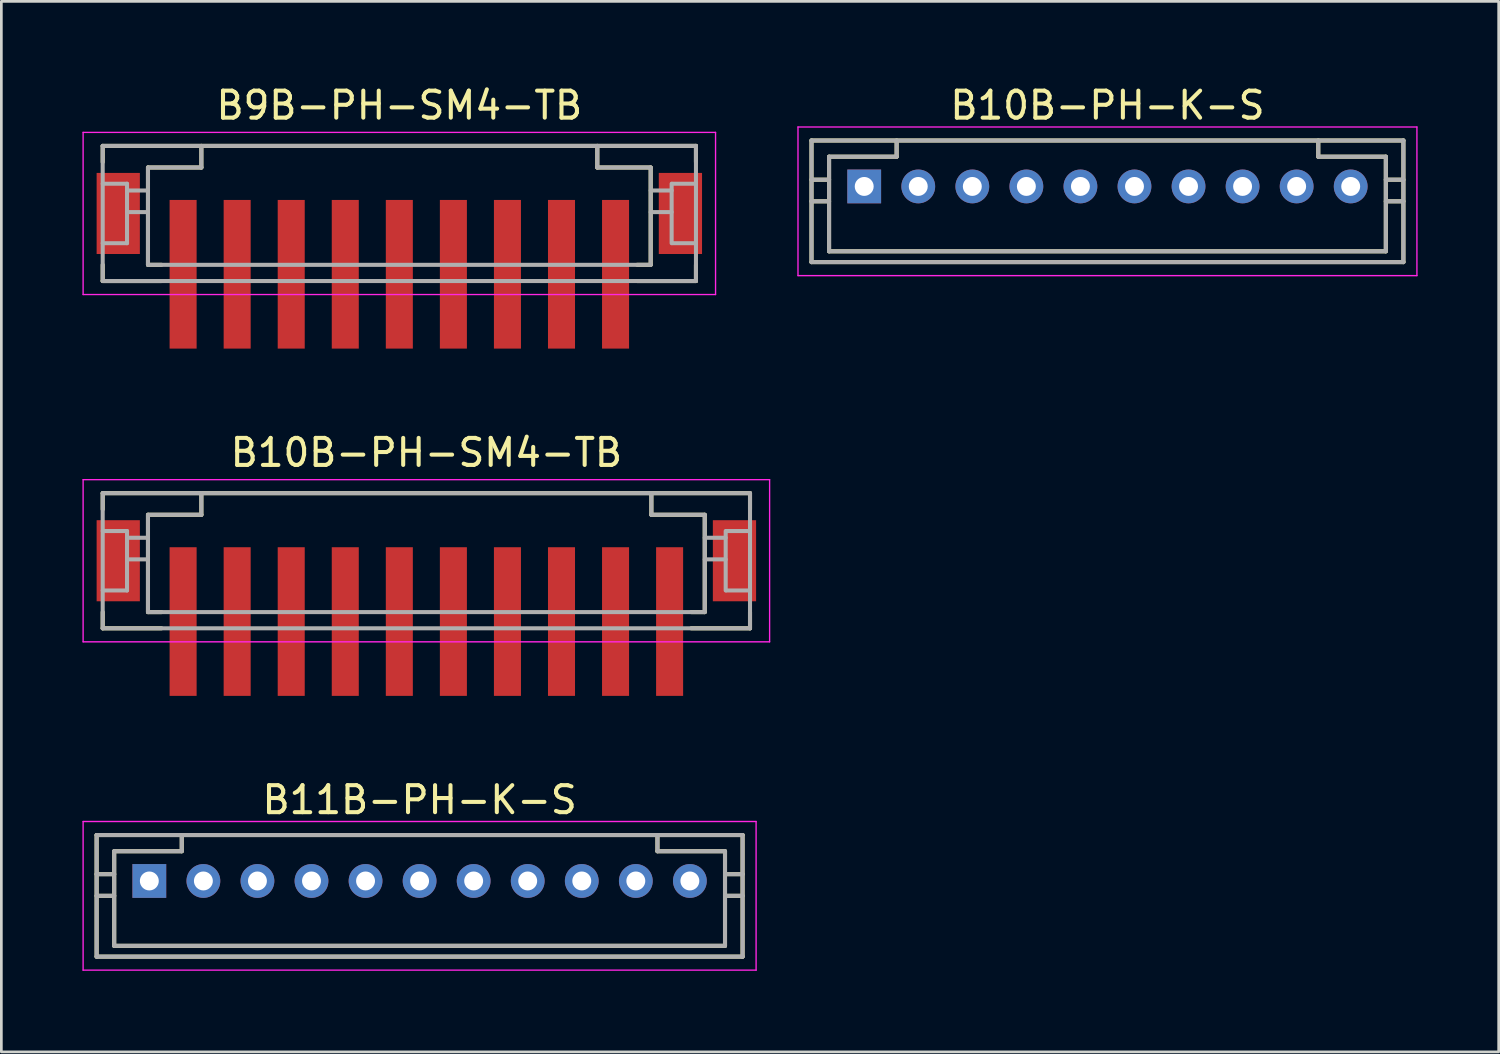
<source format=kicad_pcb>
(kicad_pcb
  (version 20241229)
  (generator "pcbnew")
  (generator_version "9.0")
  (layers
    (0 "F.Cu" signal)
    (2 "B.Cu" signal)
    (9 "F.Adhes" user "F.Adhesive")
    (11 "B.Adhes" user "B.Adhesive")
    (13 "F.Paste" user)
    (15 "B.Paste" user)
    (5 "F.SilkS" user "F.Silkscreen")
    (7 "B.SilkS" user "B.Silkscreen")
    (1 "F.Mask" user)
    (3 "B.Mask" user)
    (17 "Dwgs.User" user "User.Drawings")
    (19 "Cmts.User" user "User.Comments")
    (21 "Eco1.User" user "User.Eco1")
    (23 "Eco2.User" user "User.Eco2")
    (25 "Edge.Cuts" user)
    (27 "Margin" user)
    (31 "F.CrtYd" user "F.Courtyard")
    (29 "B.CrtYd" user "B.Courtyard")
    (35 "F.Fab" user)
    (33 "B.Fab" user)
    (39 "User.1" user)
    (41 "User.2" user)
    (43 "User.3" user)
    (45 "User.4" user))
  (footprint "B11B-PH-K-S"
    (layer "F.Cu")
    (at 12.475 29.545)
    (property "Reference" "B11B-PH-K-S" (at 0 -3 0) (layer "F.SilkS") (effects (font (size 1 1) (thickness 0.15))))
    (attr smd)
    (fp_line (start -11.95 -1.7) (end -11.95 2.8) (stroke (width 0.15) (type solid)) (layer "F.SilkS"))
    (fp_line (start -11.95 -1.7) (end 11.95 -1.7) (stroke (width 0.15) (type solid)) (layer "F.SilkS"))
    (fp_line (start -11.95 -0.25) (end -11.3 -0.25) (stroke (width 0.15) (type solid)) (layer "F.SilkS"))
    (fp_line (start -11.95 0.55) (end -11.3 0.55) (stroke (width 0.15) (type solid)) (layer "F.SilkS"))
    (fp_line (start -11.95 2.8) (end 11.95 2.8) (stroke (width 0.15) (type solid)) (layer "F.SilkS"))
    (fp_line (start -11.3 -1.1) (end -11.3 2.4) (stroke (width 0.15) (type solid)) (layer "F.SilkS"))
    (fp_line (start -11.3 -1.1) (end -8.8 -1.1) (stroke (width 0.15) (type solid)) (layer "F.SilkS"))
    (fp_line (start -11.3 2.4) (end 11.3 2.4) (stroke (width 0.15) (type solid)) (layer "F.SilkS"))
    (fp_line (start -8.8 -1.7) (end -8.8 -1.1) (stroke (width 0.15) (type solid)) (layer "F.SilkS"))
    (fp_line (start 8.8 -1.7) (end 8.8 -1.1) (stroke (width 0.15) (type solid)) (layer "F.SilkS"))
    (fp_line (start 8.8 -1.1) (end 11.3 -1.1) (stroke (width 0.15) (type solid)) (layer "F.SilkS"))
    (fp_line (start 11.3 -1.1) (end 11.3 2.4) (stroke (width 0.15) (type solid)) (layer "F.SilkS"))
    (fp_line (start 11.3 -0.25) (end 11.95 -0.25) (stroke (width 0.15) (type solid)) (layer "F.SilkS"))
    (fp_line (start 11.3 0.55) (end 11.95 0.55) (stroke (width 0.15) (type solid)) (layer "F.SilkS"))
    (fp_line (start 11.95 -1.7) (end 11.95 2.8) (stroke (width 0.15) (type solid)) (layer "F.SilkS"))
    (fp_line (start -12.45 -2.2) (end -12.45 3.3) (stroke (width 0.05) (type solid)) (layer "F.CrtYd"))
    (fp_line (start -12.45 -2.2) (end 12.45 -2.2) (stroke (width 0.05) (type solid)) (layer "F.CrtYd"))
    (fp_line (start -12.45 3.3) (end 12.45 3.3) (stroke (width 0.05) (type solid)) (layer "F.CrtYd"))
    (fp_line (start 12.45 -2.2) (end 12.45 3.3) (stroke (width 0.05) (type solid)) (layer "F.CrtYd"))
    (fp_line (start -11.95 -1.7) (end -11.95 2.8) (stroke (width 0.15) (type solid)) (layer "F.Fab"))
    (fp_line (start -11.95 -1.7) (end 11.95 -1.7) (stroke (width 0.15) (type solid)) (layer "F.Fab"))
    (fp_line (start -11.95 -0.25) (end -11.3 -0.25) (stroke (width 0.15) (type solid)) (layer "F.Fab"))
    (fp_line (start -11.95 0.55) (end -11.3 0.55) (stroke (width 0.15) (type solid)) (layer "F.Fab"))
    (fp_line (start -11.95 2.8) (end 11.95 2.8) (stroke (width 0.15) (type solid)) (layer "F.Fab"))
    (fp_line (start -11.3 -1.1) (end -11.3 2.4) (stroke (width 0.15) (type solid)) (layer "F.Fab"))
    (fp_line (start -11.3 -1.1) (end -8.8 -1.1) (stroke (width 0.15) (type solid)) (layer "F.Fab"))
    (fp_line (start -11.3 2.4) (end 11.3 2.4) (stroke (width 0.15) (type solid)) (layer "F.Fab"))
    (fp_line (start -8.8 -1.7) (end -8.8 -1.1) (stroke (width 0.15) (type solid)) (layer "F.Fab"))
    (fp_line (start 8.8 -1.7) (end 8.8 -1.1) (stroke (width 0.15) (type solid)) (layer "F.Fab"))
    (fp_line (start 8.8 -1.1) (end 11.3 -1.1) (stroke (width 0.15) (type solid)) (layer "F.Fab"))
    (fp_line (start 11.3 -1.1) (end 11.3 2.4) (stroke (width 0.15) (type solid)) (layer "F.Fab"))
    (fp_line (start 11.3 -0.25) (end 11.95 -0.25) (stroke (width 0.15) (type solid)) (layer "F.Fab"))
    (fp_line (start 11.3 0.55) (end 11.95 0.55) (stroke (width 0.15) (type solid)) (layer "F.Fab"))
    (fp_line (start 11.95 -1.7) (end 11.95 2.8) (stroke (width 0.15) (type solid)) (layer "F.Fab"))
    (pad "1" thru_hole rect (at -10 0) (size 1.25 1.25) (drill 0.7) (layers "*.Cu" "*.Mask"))
    (pad "2" thru_hole circle (at -8 0) (size 1.25 1.25) (drill 0.7) (layers "*.Cu" "*.Mask"))
    (pad "3" thru_hole circle (at -6 0) (size 1.25 1.25) (drill 0.7) (layers "*.Cu" "*.Mask"))
    (pad "4" thru_hole circle (at -4 0) (size 1.25 1.25) (drill 0.7) (layers "*.Cu" "*.Mask"))
    (pad "5" thru_hole circle (at -2 0) (size 1.25 1.25) (drill 0.7) (layers "*.Cu" "*.Mask"))
    (pad "6" thru_hole circle (at 0 0) (size 1.25 1.25) (drill 0.7) (layers "*.Cu" "*.Mask"))
    (pad "7" thru_hole circle (at 2 0) (size 1.25 1.25) (drill 0.7) (layers "*.Cu" "*.Mask"))
    (pad "8" thru_hole circle (at 4 0) (size 1.25 1.25) (drill 0.7) (layers "*.Cu" "*.Mask"))
    (pad "9" thru_hole circle (at 6 0) (size 1.25 1.25) (drill 0.7) (layers "*.Cu" "*.Mask"))
    (pad "10" thru_hole circle (at 8 0) (size 1.25 1.25) (drill 0.7) (layers "*.Cu" "*.Mask"))
    (pad "11" thru_hole circle (at 10 0) (size 1.25 1.25) (drill 0.7) (layers "*.Cu" "*.Mask")))
  (footprint "B10B-PH-K-S"
    (layer "F.Cu")
    (at 37.925 3.848)
    (property "Reference" "B10B-PH-K-S" (at 0 -3 0) (layer "F.SilkS") (effects (font (size 1 1) (thickness 0.15))))
    (attr smd)
    (fp_line (start -10.95 -1.7) (end -10.95 2.8) (stroke (width 0.15) (type solid)) (layer "F.SilkS"))
    (fp_line (start -10.95 -1.7) (end 10.95 -1.7) (stroke (width 0.15) (type solid)) (layer "F.SilkS"))
    (fp_line (start -10.95 -0.25) (end -10.3 -0.25) (stroke (width 0.15) (type solid)) (layer "F.SilkS"))
    (fp_line (start -10.95 0.55) (end -10.3 0.55) (stroke (width 0.15) (type solid)) (layer "F.SilkS"))
    (fp_line (start -10.95 2.8) (end 10.95 2.8) (stroke (width 0.15) (type solid)) (layer "F.SilkS"))
    (fp_line (start -10.3 -1.1) (end -10.3 2.4) (stroke (width 0.15) (type solid)) (layer "F.SilkS"))
    (fp_line (start -10.3 -1.1) (end -7.8 -1.1) (stroke (width 0.15) (type solid)) (layer "F.SilkS"))
    (fp_line (start -10.3 2.4) (end 10.3 2.4) (stroke (width 0.15) (type solid)) (layer "F.SilkS"))
    (fp_line (start -7.8 -1.7) (end -7.8 -1.1) (stroke (width 0.15) (type solid)) (layer "F.SilkS"))
    (fp_line (start 7.8 -1.7) (end 7.8 -1.1) (stroke (width 0.15) (type solid)) (layer "F.SilkS"))
    (fp_line (start 7.8 -1.1) (end 10.3 -1.1) (stroke (width 0.15) (type solid)) (layer "F.SilkS"))
    (fp_line (start 10.3 -1.1) (end 10.3 2.4) (stroke (width 0.15) (type solid)) (layer "F.SilkS"))
    (fp_line (start 10.3 -0.25) (end 10.95 -0.25) (stroke (width 0.15) (type solid)) (layer "F.SilkS"))
    (fp_line (start 10.3 0.55) (end 10.95 0.55) (stroke (width 0.15) (type solid)) (layer "F.SilkS"))
    (fp_line (start 10.95 -1.7) (end 10.95 2.8) (stroke (width 0.15) (type solid)) (layer "F.SilkS"))
    (fp_line (start -11.45 -2.2) (end -11.45 3.3) (stroke (width 0.05) (type solid)) (layer "F.CrtYd"))
    (fp_line (start -11.45 -2.2) (end 11.45 -2.2) (stroke (width 0.05) (type solid)) (layer "F.CrtYd"))
    (fp_line (start -11.45 3.3) (end 11.45 3.3) (stroke (width 0.05) (type solid)) (layer "F.CrtYd"))
    (fp_line (start 11.45 -2.2) (end 11.45 3.3) (stroke (width 0.05) (type solid)) (layer "F.CrtYd"))
    (fp_line (start -10.95 -1.7) (end -10.95 2.8) (stroke (width 0.15) (type solid)) (layer "F.Fab"))
    (fp_line (start -10.95 -1.7) (end 10.95 -1.7) (stroke (width 0.15) (type solid)) (layer "F.Fab"))
    (fp_line (start -10.95 -0.25) (end -10.3 -0.25) (stroke (width 0.15) (type solid)) (layer "F.Fab"))
    (fp_line (start -10.95 0.55) (end -10.3 0.55) (stroke (width 0.15) (type solid)) (layer "F.Fab"))
    (fp_line (start -10.95 2.8) (end 10.95 2.8) (stroke (width 0.15) (type solid)) (layer "F.Fab"))
    (fp_line (start -10.3 -1.1) (end -10.3 2.4) (stroke (width 0.15) (type solid)) (layer "F.Fab"))
    (fp_line (start -10.3 -1.1) (end -7.8 -1.1) (stroke (width 0.15) (type solid)) (layer "F.Fab"))
    (fp_line (start -10.3 2.4) (end 10.3 2.4) (stroke (width 0.15) (type solid)) (layer "F.Fab"))
    (fp_line (start -7.8 -1.7) (end -7.8 -1.1) (stroke (width 0.15) (type solid)) (layer "F.Fab"))
    (fp_line (start 7.8 -1.7) (end 7.8 -1.1) (stroke (width 0.15) (type solid)) (layer "F.Fab"))
    (fp_line (start 7.8 -1.1) (end 10.3 -1.1) (stroke (width 0.15) (type solid)) (layer "F.Fab"))
    (fp_line (start 10.3 -1.1) (end 10.3 2.4) (stroke (width 0.15) (type solid)) (layer "F.Fab"))
    (fp_line (start 10.3 -0.25) (end 10.95 -0.25) (stroke (width 0.15) (type solid)) (layer "F.Fab"))
    (fp_line (start 10.3 0.55) (end 10.95 0.55) (stroke (width 0.15) (type solid)) (layer "F.Fab"))
    (fp_line (start 10.95 -1.7) (end 10.95 2.8) (stroke (width 0.15) (type solid)) (layer "F.Fab"))
    (pad "1" thru_hole rect (at -9 0) (size 1.25 1.25) (drill 0.7) (layers "*.Cu" "*.Mask"))
    (pad "2" thru_hole circle (at -7 0) (size 1.25 1.25) (drill 0.7) (layers "*.Cu" "*.Mask"))
    (pad "3" thru_hole circle (at -5 0) (size 1.25 1.25) (drill 0.7) (layers "*.Cu" "*.Mask"))
    (pad "4" thru_hole circle (at -3 0) (size 1.25 1.25) (drill 0.7) (layers "*.Cu" "*.Mask"))
    (pad "5" thru_hole circle (at -1 0) (size 1.25 1.25) (drill 0.7) (layers "*.Cu" "*.Mask"))
    (pad "6" thru_hole circle (at 1 0) (size 1.25 1.25) (drill 0.7) (layers "*.Cu" "*.Mask"))
    (pad "7" thru_hole circle (at 3 0) (size 1.25 1.25) (drill 0.7) (layers "*.Cu" "*.Mask"))
    (pad "8" thru_hole circle (at 5 0) (size 1.25 1.25) (drill 0.7) (layers "*.Cu" "*.Mask"))
    (pad "9" thru_hole circle (at 7 0) (size 1.25 1.25) (drill 0.7) (layers "*.Cu" "*.Mask"))
    (pad "10" thru_hole circle (at 9 0) (size 1.25 1.25) (drill 0.7) (layers "*.Cu" "*.Mask")))
  (footprint "B10B-PH-SM4-TB"
    (layer "F.Cu")
    (at 12.725 17.197)
    (property "Reference" "B10B-PH-SM4-TB" (at 0 -3.5 0) (layer "F.SilkS") (effects (font (size 1 1) (thickness 0.15))))
    (attr smd)
    (fp_line (start -11.975 -2) (end -11.975 -1.4) (stroke (width 0.15) (type solid)) (layer "F.SilkS"))
    (fp_line (start -11.975 -2) (end 11.975 -2) (stroke (width 0.15) (type solid)) (layer "F.SilkS"))
    (fp_line (start -11.975 2.4) (end -11.975 3) (stroke (width 0.15) (type solid)) (layer "F.SilkS"))
    (fp_line (start -11.975 3) (end -9.8 3) (stroke (width 0.15) (type solid)) (layer "F.SilkS"))
    (fp_line (start -10.3 -1.2) (end -10.3 2.4) (stroke (width 0.15) (type solid)) (layer "F.SilkS"))
    (fp_line (start -10.3 -1.2) (end -8.325 -1.2) (stroke (width 0.15) (type solid)) (layer "F.SilkS"))
    (fp_line (start -10.3 2.4) (end -9.8 2.4) (stroke (width 0.15) (type solid)) (layer "F.SilkS"))
    (fp_line (start -8.325 -2) (end -8.325 -1.2) (stroke (width 0.15) (type solid)) (layer "F.SilkS"))
    (fp_line (start 8.325 -2) (end 8.325 -1.2) (stroke (width 0.15) (type solid)) (layer "F.SilkS"))
    (fp_line (start 8.325 -1.2) (end 10.3 -1.2) (stroke (width 0.15) (type solid)) (layer "F.SilkS"))
    (fp_line (start 9.8 2.4) (end 10.3 2.4) (stroke (width 0.15) (type solid)) (layer "F.SilkS"))
    (fp_line (start 9.8 3) (end 11.975 3) (stroke (width 0.15) (type solid)) (layer "F.SilkS"))
    (fp_line (start 10.3 -1.2) (end 10.3 2.4) (stroke (width 0.15) (type solid)) (layer "F.SilkS"))
    (fp_line (start 11.975 -2) (end 11.975 -1.4) (stroke (width 0.15) (type solid)) (layer "F.SilkS"))
    (fp_line (start 11.975 2.4) (end 11.975 3) (stroke (width 0.15) (type solid)) (layer "F.SilkS"))
    (fp_line (start -12.7 -2.5) (end -12.7 3.5) (stroke (width 0.05) (type solid)) (layer "F.CrtYd"))
    (fp_line (start -12.7 -2.5) (end 12.7 -2.5) (stroke (width 0.05) (type solid)) (layer "F.CrtYd"))
    (fp_line (start -12.7 3.5) (end 12.7 3.5) (stroke (width 0.05) (type solid)) (layer "F.CrtYd"))
    (fp_line (start 12.7 -2.5) (end 12.7 3.5) (stroke (width 0.05) (type solid)) (layer "F.CrtYd"))
    (fp_line (start -11.975 -2) (end -11.975 3) (stroke (width 0.15) (type solid)) (layer "F.Fab"))
    (fp_line (start -11.975 -2) (end 11.975 -2) (stroke (width 0.15) (type solid)) (layer "F.Fab"))
    (fp_line (start -11.975 -0.6) (end -11.075 -0.6) (stroke (width 0.15) (type solid)) (layer "F.Fab"))
    (fp_line (start -11.975 1.6) (end -11.075 1.6) (stroke (width 0.15) (type solid)) (layer "F.Fab"))
    (fp_line (start -11.975 3) (end 11.975 3) (stroke (width 0.15) (type solid)) (layer "F.Fab"))
    (fp_line (start -11.075 -0.6) (end -11.075 1.6) (stroke (width 0.15) (type solid)) (layer "F.Fab"))
    (fp_line (start -11.075 -0.35) (end -10.3 -0.35) (stroke (width 0.15) (type solid)) (layer "F.Fab"))
    (fp_line (start -11.075 0.45) (end -10.3 0.45) (stroke (width 0.15) (type solid)) (layer "F.Fab"))
    (fp_line (start -10.3 -1.2) (end -10.3 2.4) (stroke (width 0.15) (type solid)) (layer "F.Fab"))
    (fp_line (start -10.3 -1.2) (end -8.325 -1.2) (stroke (width 0.15) (type solid)) (layer "F.Fab"))
    (fp_line (start -10.3 2.4) (end 10.3 2.4) (stroke (width 0.15) (type solid)) (layer "F.Fab"))
    (fp_line (start -8.325 -2) (end -8.325 -1.2) (stroke (width 0.15) (type solid)) (layer "F.Fab"))
    (fp_line (start 8.325 -2) (end 8.325 -1.2) (stroke (width 0.15) (type solid)) (layer "F.Fab"))
    (fp_line (start 8.325 -1.2) (end 10.3 -1.2) (stroke (width 0.15) (type solid)) (layer "F.Fab"))
    (fp_line (start 10.3 -1.2) (end 10.3 2.4) (stroke (width 0.15) (type solid)) (layer "F.Fab"))
    (fp_line (start 10.3 -0.35) (end 11.075 -0.35) (stroke (width 0.15) (type solid)) (layer "F.Fab"))
    (fp_line (start 10.3 0.45) (end 11.075 0.45) (stroke (width 0.15) (type solid)) (layer "F.Fab"))
    (fp_line (start 11.075 -0.6) (end 11.075 1.6) (stroke (width 0.15) (type solid)) (layer "F.Fab"))
    (fp_line (start 11.1 -0.6) (end 11.975 -0.6) (stroke (width 0.15) (type solid)) (layer "F.Fab"))
    (fp_line (start 11.1 1.6) (end 11.975 1.6) (stroke (width 0.15) (type solid)) (layer "F.Fab"))
    (fp_line (start 11.975 -2) (end 11.975 3) (stroke (width 0.15) (type solid)) (layer "F.Fab"))
    (pad "1" smd rect (at -9 2.75) (size 1 5.5) (layers "F.Cu" "F.Mask" "F.Paste"))
    (pad "2" smd rect (at -7 2.75) (size 1 5.5) (layers "F.Cu" "F.Mask" "F.Paste"))
    (pad "3" smd rect (at -5 2.75) (size 1 5.5) (layers "F.Cu" "F.Mask" "F.Paste"))
    (pad "4" smd rect (at -3 2.75) (size 1 5.5) (layers "F.Cu" "F.Mask" "F.Paste"))
    (pad "5" smd rect (at -1 2.75) (size 1 5.5) (layers "F.Cu" "F.Mask" "F.Paste"))
    (pad "6" smd rect (at 1 2.75) (size 1 5.5) (layers "F.Cu" "F.Mask" "F.Paste"))
    (pad "7" smd rect (at 3 2.75) (size 1 5.5) (layers "F.Cu" "F.Mask" "F.Paste"))
    (pad "8" smd rect (at 5 2.75) (size 1 5.5) (layers "F.Cu" "F.Mask" "F.Paste"))
    (pad "9" smd rect (at 7 2.75) (size 1 5.5) (layers "F.Cu" "F.Mask" "F.Paste"))
    (pad "10" smd rect (at 9 2.75) (size 1 5.5) (layers "F.Cu" "F.Mask" "F.Paste"))
    (pad "S" smd rect (at -11.4 0.5) (size 1.6 3) (layers "F.Cu" "F.Mask" "F.Paste"))
    (pad "S" smd rect (at 11.4 0.5) (size 1.6 3) (layers "F.Cu" "F.Mask" "F.Paste")))
  (footprint "B9B-PH-SM4-TB"
    (layer "F.Cu")
    (at 11.725 4.348)
    (property "Reference" "B9B-PH-SM4-TB" (at 0 -3.5 0) (layer "F.SilkS") (effects (font (size 1 1) (thickness 0.15))))
    (attr smd)
    (fp_line (start -10.975 -2) (end -10.975 -1.4) (stroke (width 0.15) (type solid)) (layer "F.SilkS"))
    (fp_line (start -10.975 -2) (end 10.975 -2) (stroke (width 0.15) (type solid)) (layer "F.SilkS"))
    (fp_line (start -10.975 2.4) (end -10.975 3) (stroke (width 0.15) (type solid)) (layer "F.SilkS"))
    (fp_line (start -10.975 3) (end -8.8 3) (stroke (width 0.15) (type solid)) (layer "F.SilkS"))
    (fp_line (start -9.3 -1.2) (end -9.3 2.4) (stroke (width 0.15) (type solid)) (layer "F.SilkS"))
    (fp_line (start -9.3 -1.2) (end -7.325 -1.2) (stroke (width 0.15) (type solid)) (layer "F.SilkS"))
    (fp_line (start -9.3 2.4) (end -8.8 2.4) (stroke (width 0.15) (type solid)) (layer "F.SilkS"))
    (fp_line (start -7.325 -2) (end -7.325 -1.2) (stroke (width 0.15) (type solid)) (layer "F.SilkS"))
    (fp_line (start 7.325 -2) (end 7.325 -1.2) (stroke (width 0.15) (type solid)) (layer "F.SilkS"))
    (fp_line (start 7.325 -1.2) (end 9.3 -1.2) (stroke (width 0.15) (type solid)) (layer "F.SilkS"))
    (fp_line (start 8.8 2.4) (end 9.3 2.4) (stroke (width 0.15) (type solid)) (layer "F.SilkS"))
    (fp_line (start 8.8 3) (end 10.975 3) (stroke (width 0.15) (type solid)) (layer "F.SilkS"))
    (fp_line (start 9.3 -1.2) (end 9.3 2.4) (stroke (width 0.15) (type solid)) (layer "F.SilkS"))
    (fp_line (start 10.975 -2) (end 10.975 -1.4) (stroke (width 0.15) (type solid)) (layer "F.SilkS"))
    (fp_line (start 10.975 2.4) (end 10.975 3) (stroke (width 0.15) (type solid)) (layer "F.SilkS"))
    (fp_line (start -11.7 -2.5) (end -11.7 3.5) (stroke (width 0.05) (type solid)) (layer "F.CrtYd"))
    (fp_line (start -11.7 -2.5) (end 11.7 -2.5) (stroke (width 0.05) (type solid)) (layer "F.CrtYd"))
    (fp_line (start -11.7 3.5) (end 11.7 3.5) (stroke (width 0.05) (type solid)) (layer "F.CrtYd"))
    (fp_line (start 11.7 -2.5) (end 11.7 3.5) (stroke (width 0.05) (type solid)) (layer "F.CrtYd"))
    (fp_line (start -10.975 -2) (end -10.975 3) (stroke (width 0.15) (type solid)) (layer "F.Fab"))
    (fp_line (start -10.975 -2) (end 10.975 -2) (stroke (width 0.15) (type solid)) (layer "F.Fab"))
    (fp_line (start -10.975 -0.6) (end -10.075 -0.6) (stroke (width 0.15) (type solid)) (layer "F.Fab"))
    (fp_line (start -10.975 1.6) (end -10.075 1.6) (stroke (width 0.15) (type solid)) (layer "F.Fab"))
    (fp_line (start -10.975 3) (end 10.975 3) (stroke (width 0.15) (type solid)) (layer "F.Fab"))
    (fp_line (start -10.075 -0.6) (end -10.075 1.6) (stroke (width 0.15) (type solid)) (layer "F.Fab"))
    (fp_line (start -10.075 -0.35) (end -9.3 -0.35) (stroke (width 0.15) (type solid)) (layer "F.Fab"))
    (fp_line (start -10.075 0.45) (end -9.3 0.45) (stroke (width 0.15) (type solid)) (layer "F.Fab"))
    (fp_line (start -9.3 -1.2) (end -9.3 2.4) (stroke (width 0.15) (type solid)) (layer "F.Fab"))
    (fp_line (start -9.3 -1.2) (end -7.325 -1.2) (stroke (width 0.15) (type solid)) (layer "F.Fab"))
    (fp_line (start -9.3 2.4) (end 9.3 2.4) (stroke (width 0.15) (type solid)) (layer "F.Fab"))
    (fp_line (start -7.325 -2) (end -7.325 -1.2) (stroke (width 0.15) (type solid)) (layer "F.Fab"))
    (fp_line (start 7.325 -2) (end 7.325 -1.2) (stroke (width 0.15) (type solid)) (layer "F.Fab"))
    (fp_line (start 7.325 -1.2) (end 9.3 -1.2) (stroke (width 0.15) (type solid)) (layer "F.Fab"))
    (fp_line (start 9.3 -1.2) (end 9.3 2.4) (stroke (width 0.15) (type solid)) (layer "F.Fab"))
    (fp_line (start 9.3 -0.35) (end 10.075 -0.35) (stroke (width 0.15) (type solid)) (layer "F.Fab"))
    (fp_line (start 9.3 0.45) (end 10.075 0.45) (stroke (width 0.15) (type solid)) (layer "F.Fab"))
    (fp_line (start 10.075 -0.6) (end 10.075 1.6) (stroke (width 0.15) (type solid)) (layer "F.Fab"))
    (fp_line (start 10.1 -0.6) (end 10.975 -0.6) (stroke (width 0.15) (type solid)) (layer "F.Fab"))
    (fp_line (start 10.1 1.6) (end 10.975 1.6) (stroke (width 0.15) (type solid)) (layer "F.Fab"))
    (fp_line (start 10.975 -2) (end 10.975 3) (stroke (width 0.15) (type solid)) (layer "F.Fab"))
    (pad "1" smd rect (at -8 2.75) (size 1 5.5) (layers "F.Cu" "F.Mask" "F.Paste"))
    (pad "2" smd rect (at -6 2.75) (size 1 5.5) (layers "F.Cu" "F.Mask" "F.Paste"))
    (pad "3" smd rect (at -4 2.75) (size 1 5.5) (layers "F.Cu" "F.Mask" "F.Paste"))
    (pad "4" smd rect (at -2 2.75) (size 1 5.5) (layers "F.Cu" "F.Mask" "F.Paste"))
    (pad "5" smd rect (at 0 2.75) (size 1 5.5) (layers "F.Cu" "F.Mask" "F.Paste"))
    (pad "6" smd rect (at 2 2.75) (size 1 5.5) (layers "F.Cu" "F.Mask" "F.Paste"))
    (pad "7" smd rect (at 4 2.75) (size 1 5.5) (layers "F.Cu" "F.Mask" "F.Paste"))
    (pad "8" smd rect (at 6 2.75) (size 1 5.5) (layers "F.Cu" "F.Mask" "F.Paste"))
    (pad "9" smd rect (at 8 2.75) (size 1 5.5) (layers "F.Cu" "F.Mask" "F.Paste"))
    (pad "S" smd rect (at -10.4 0.5) (size 1.6 3) (layers "F.Cu" "F.Mask" "F.Paste"))
    (pad "S" smd rect (at 10.4 0.5) (size 1.6 3) (layers "F.Cu" "F.Mask" "F.Paste")))
  (gr_rect
    (start -3 -3)
    (end 52.4 35.87)
    (stroke (width 0.1) (type default))
    (fill no)
    (layer "Edge.Cuts")))
</source>
